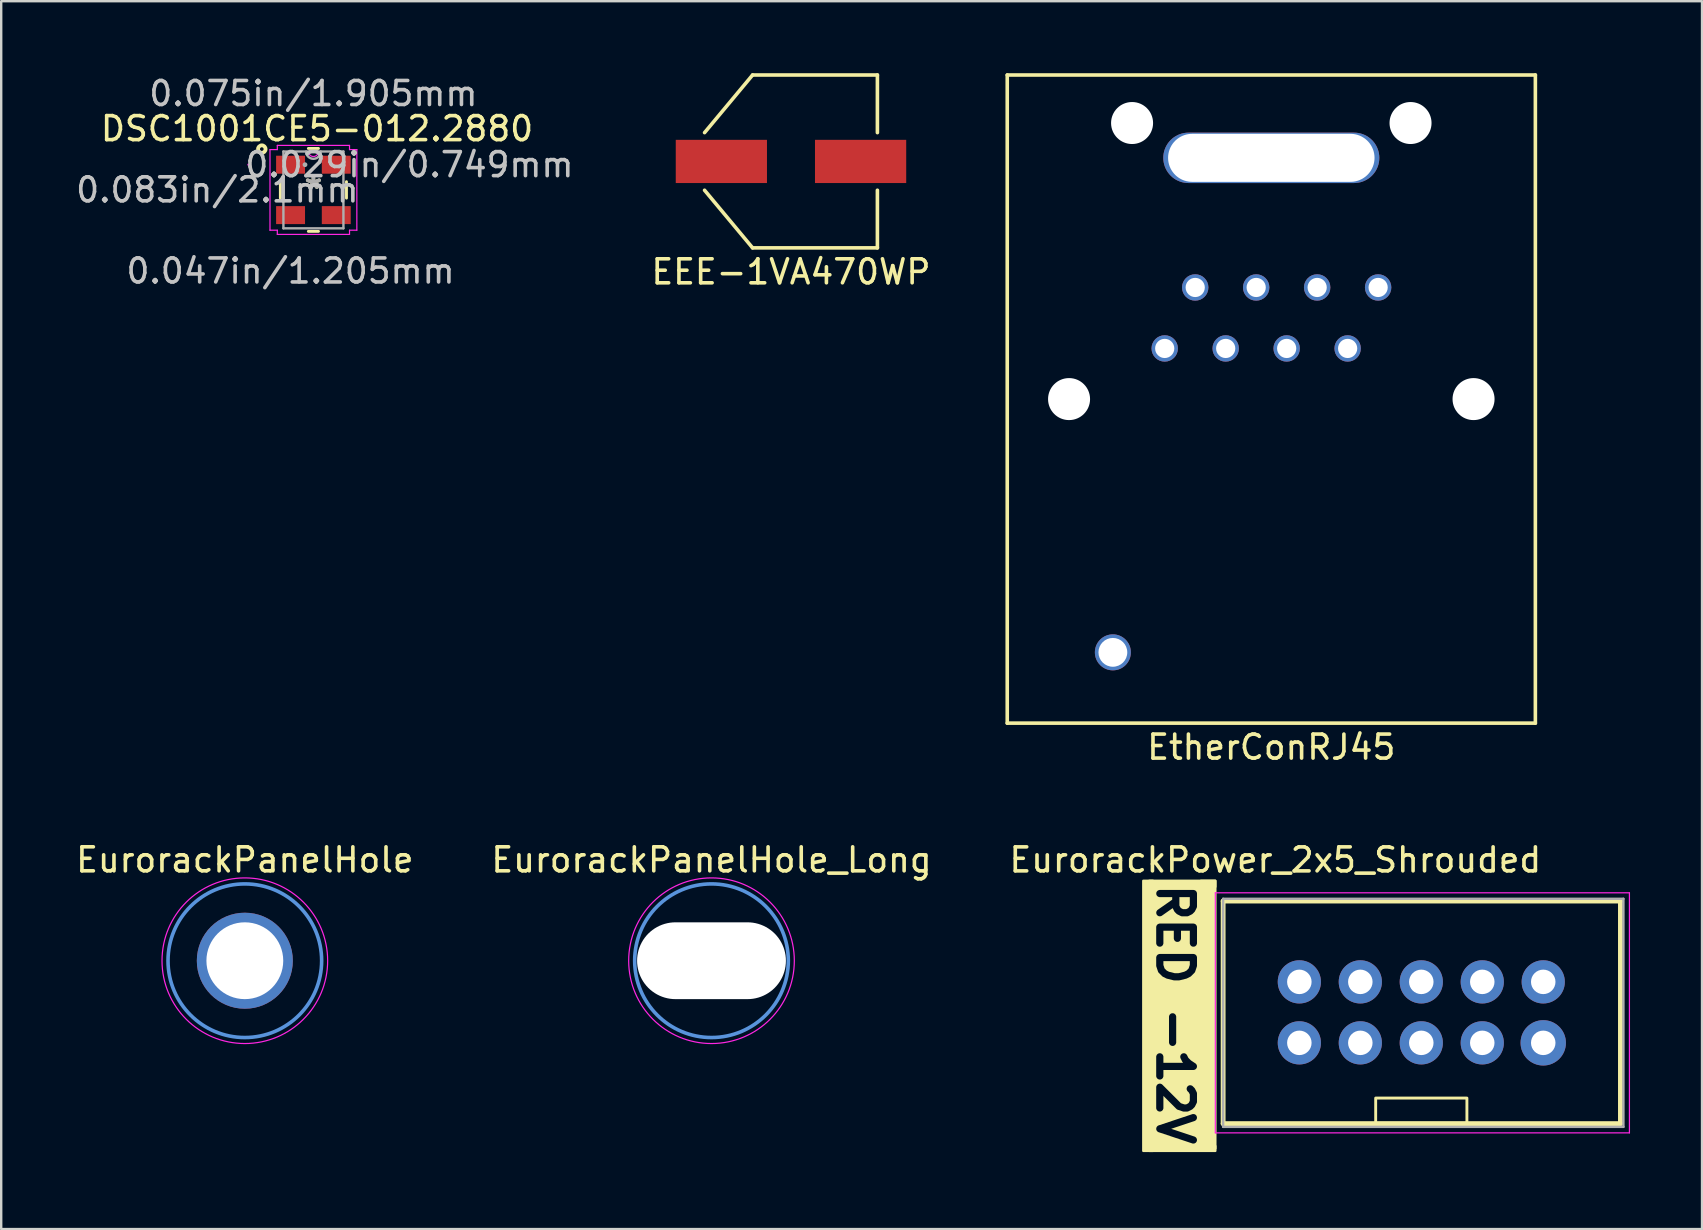
<source format=kicad_pcb>
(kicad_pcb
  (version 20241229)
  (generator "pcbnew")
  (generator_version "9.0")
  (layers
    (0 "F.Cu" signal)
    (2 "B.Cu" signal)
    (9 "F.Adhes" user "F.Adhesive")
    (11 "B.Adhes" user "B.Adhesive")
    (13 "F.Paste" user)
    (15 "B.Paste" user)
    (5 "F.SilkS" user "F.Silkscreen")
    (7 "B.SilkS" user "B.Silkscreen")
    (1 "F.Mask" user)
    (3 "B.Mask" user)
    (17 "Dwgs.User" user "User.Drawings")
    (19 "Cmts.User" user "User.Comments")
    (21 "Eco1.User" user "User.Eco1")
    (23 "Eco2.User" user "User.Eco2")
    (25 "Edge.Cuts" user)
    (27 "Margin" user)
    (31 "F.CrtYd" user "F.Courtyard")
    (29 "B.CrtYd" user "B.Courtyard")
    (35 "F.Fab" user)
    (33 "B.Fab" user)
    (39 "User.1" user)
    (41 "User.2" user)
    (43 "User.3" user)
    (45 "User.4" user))
  (footprint "EtherConRJ45"
    (layer "F.Cu")
    (at 49.909 13.575)
    (property "Reference" "EtherConRJ45" (at 0 14.5 0) (layer "F.SilkS") (effects (font (size 1 1) (thickness 0.15))))
    (attr through_hole)
    (fp_line (start -11 -13.5) (end -11 13.5) (stroke (width 0.15) (type solid)) (layer "F.SilkS"))
    (fp_line (start -11 13.5) (end 11 13.5) (stroke (width 0.15) (type solid)) (layer "F.SilkS"))
    (fp_line (start 11 -13.5) (end -11 -13.5) (stroke (width 0.15) (type solid)) (layer "F.SilkS"))
    (fp_line (start 11 13.5) (end 11 -13.5) (stroke (width 0.15) (type solid)) (layer "F.SilkS"))
    (pad "" np_thru_hole circle (at -8.425 0) (size 1.75 1.75) (drill 1.75) (layers "*.Cu" "*.Mask"))
    (pad "" np_thru_hole circle (at -5.8 -11.5) (size 1.75 1.75) (drill 1.75) (layers "*.Cu" "*.Mask"))
    (pad "" np_thru_hole oval (at 0 -10.05) (size 9 2.1) (drill oval 8.6 2) (layers "*.Cu" "*.Mask"))
    (pad "" np_thru_hole circle (at 5.8 -11.5) (size 1.75 1.75) (drill 1.75) (layers "*.Cu" "*.Mask"))
    (pad "" np_thru_hole circle (at 8.425 0) (size 1.75 1.75) (drill 1.75) (layers "*.Cu" "*.Mask"))
    (pad "1" thru_hole circle (at -4.44 -2.11) (size 1.1 1.1) (drill 0.8) (layers "*.Cu" "*.Mask"))
    (pad "2" thru_hole circle (at -3.17 -4.65) (size 1.1 1.1) (drill 0.8) (layers "*.Cu" "*.Mask"))
    (pad "3" thru_hole circle (at -1.9 -2.11) (size 1.1 1.1) (drill 0.8) (layers "*.Cu" "*.Mask"))
    (pad "4" thru_hole circle (at -0.63 -4.65) (size 1.1 1.1) (drill 0.8) (layers "*.Cu" "*.Mask"))
    (pad "5" thru_hole circle (at 0.64 -2.11) (size 1.1 1.1) (drill 0.8) (layers "*.Cu" "*.Mask"))
    (pad "6" thru_hole circle (at 1.91 -4.65) (size 1.1 1.1) (drill 0.8) (layers "*.Cu" "*.Mask"))
    (pad "7" thru_hole circle (at 3.18 -2.11) (size 1.1 1.1) (drill 0.8) (layers "*.Cu" "*.Mask"))
    (pad "8" thru_hole circle (at 4.45 -4.65) (size 1.1 1.1) (drill 0.8) (layers "*.Cu" "*.Mask"))
    (pad "9" thru_hole circle (at -6.6 10.55) (size 1.5 1.5) (drill 1.2) (layers "*.Cu" "*.Mask")))
  (footprint "DSC1001CE5-012.2880"
    (layer "F.Cu")
    (at 10.006 4.861)
    (property "Reference" "DSC1001CE5-012.2880" (at 0.15 -2.55 0) (layer "F.SilkS") (effects (font (size 1 1) (thickness 0.15))))
    (attr through_hole)
    (fp_line (start -1.377 -0.343) (end -1.377 0.343) (stroke (width 0.12) (type solid)) (layer "F.SilkS"))
    (fp_line (start -0.211 1.727) (end 0.211 1.727) (stroke (width 0.12) (type solid)) (layer "F.SilkS"))
    (fp_line (start 0.211 -1.727) (end -0.211 -1.727) (stroke (width 0.12) (type solid)) (layer "F.SilkS"))
    (fp_line (start 1.377 0.343) (end 1.377 -0.343) (stroke (width 0.12) (type solid)) (layer "F.SilkS"))
    (fp_circle (center -2.15 -1.7) (end -2.074 -1.7) (stroke (width 0.16) (type solid)) (fill no) (layer "F.SilkS"))
    (fp_line (start -1.809 -1.679) (end -1.504 -1.679) (stroke (width 0.05) (type solid)) (layer "F.CrtYd"))
    (fp_line (start -1.809 1.679) (end -1.809 -1.679) (stroke (width 0.05) (type solid)) (layer "F.CrtYd"))
    (fp_line (start -1.504 -1.854) (end 1.504 -1.854) (stroke (width 0.05) (type solid)) (layer "F.CrtYd"))
    (fp_line (start -1.504 -1.679) (end -1.504 -1.854) (stroke (width 0.05) (type solid)) (layer "F.CrtYd"))
    (fp_line (start -1.504 1.679) (end -1.809 1.679) (stroke (width 0.05) (type solid)) (layer "F.CrtYd"))
    (fp_line (start -1.504 1.854) (end -1.504 1.679) (stroke (width 0.05) (type solid)) (layer "F.CrtYd"))
    (fp_line (start 1.504 -1.854) (end 1.504 -1.679) (stroke (width 0.05) (type solid)) (layer "F.CrtYd"))
    (fp_line (start 1.504 -1.679) (end 1.809 -1.679) (stroke (width 0.05) (type solid)) (layer "F.CrtYd"))
    (fp_line (start 1.504 1.679) (end 1.504 1.854) (stroke (width 0.05) (type solid)) (layer "F.CrtYd"))
    (fp_line (start 1.504 1.854) (end -1.504 1.854) (stroke (width 0.05) (type solid)) (layer "F.CrtYd"))
    (fp_line (start 1.809 -1.679) (end 1.809 1.679) (stroke (width 0.05) (type solid)) (layer "F.CrtYd"))
    (fp_line (start 1.809 1.679) (end 1.504 1.679) (stroke (width 0.05) (type solid)) (layer "F.CrtYd"))
    (fp_arc (start 0.208333 -1.600001) (mid 0 -1.391668) (end -0.208333 -1.600001) (stroke (width 0.05) (type solid)) (layer "F.CrtYd"))
    (fp_circle (center -2.706 -1.05) (end -2.706 -1.05) (stroke (width 0.05) (type solid)) (fill no) (layer "F.CrtYd"))
    (fp_line (start -1.25 -1.6) (end -1.25 1.6) (stroke (width 0.1) (type solid)) (layer "F.Fab"))
    (fp_line (start -1.25 1.6) (end 1.25 1.6) (stroke (width 0.1) (type solid)) (layer "F.Fab"))
    (fp_line (start 1.25 -1.6) (end -1.25 -1.6) (stroke (width 0.1) (type solid)) (layer "F.Fab"))
    (fp_line (start 1.25 1.6) (end 1.25 -1.6) (stroke (width 0.1) (type solid)) (layer "F.Fab"))
    (fp_arc (start 0.3048 -1.600001) (mid 0 -1.295201) (end -0.3048 -1.600001) (stroke (width 0.1) (type solid)) (layer "F.Fab"))
    (fp_circle (center -0.35 -1.05) (end -0.35 -1.05) (stroke (width 0.1) (type solid)) (fill no) (layer "F.Fab"))
    (fp_text user "*" (at 0 0 0) (layer "F.SilkS") (effects (font (size 1 1) (thickness 0.15))))
    (fp_text user "0.029in/0.749mm" (at 4 -1.05 0) (layer "Dwgs.User") (effects (font (size 1 1) (thickness 0.15))))
    (fp_text user "0.075in/1.905mm" (at 0 -4.013 0) (layer "Dwgs.User") (effects (font (size 1 1) (thickness 0.15))))
    (fp_text user "0.047in/1.205mm" (at -0.952 3.378 0) (layer "Dwgs.User") (effects (font (size 1 1) (thickness 0.15))))
    (fp_text user "0.083in/2.1mm" (at -4 0 0) (layer "Dwgs.User") (effects (font (size 1 1) (thickness 0.15))))
    (fp_text user "Copyright 2021 Accelerated Designs. All rights reserved." (at 0 0 0) (layer "Cmts.User") (effects (font (size 0.127 0.127) (thickness 0.002))))
    (fp_text user "*" (at 0 0 0) (layer "F.Fab") (effects (font (size 1 1) (thickness 0.15))))
    (pad "1" smd rect (at -0.952 -1.05) (size 1.205 0.749) (layers "F.Cu" "F.Mask" "F.Paste"))
    (pad "2" smd rect (at -0.952 1.05) (size 1.205 0.749) (layers "F.Cu" "F.Mask" "F.Paste"))
    (pad "3" smd rect (at 0.952 1.05) (size 1.205 0.749) (layers "F.Cu" "F.Mask" "F.Paste"))
    (pad "4" smd rect (at 0.952 -1.05) (size 1.205 0.749) (layers "F.Cu" "F.Mask" "F.Paste")))
  (footprint "EurorackPanelHole"
    (layer "F.Cu")
    (at 7.149 36.971)
    (property "Reference" "EurorackPanelHole" (at 0 -4.2 0) (layer "F.SilkS") (effects (font (size 1 1) (thickness 0.15))))
    (attr exclude_from_pos_files exclude_from_bom)
    (fp_circle (center 0 0) (end 3.2 0) (stroke (width 0.15) (type solid)) (fill no) (layer "Cmts.User"))
    (fp_circle (center 0 0) (end 3.45 0) (stroke (width 0.05) (type solid)) (fill no) (layer "F.CrtYd"))
    (pad "" np_thru_hole circle (at 0 0) (size 4 4) (drill 3.2) (layers "*.Cu" "*.Mask")))
  (footprint "EEE-1VA470WP"
    (layer "F.Cu")
    (at 29.9 3.675)
    (property "Reference" "EEE-1VA470WP" (at 0 4.6 0) (layer "F.SilkS") (effects (font (size 1 1) (thickness 0.15))))
    (attr through_hole)
    (fp_line (start -3.6 -1.2) (end -1.6 -3.6) (stroke (width 0.15) (type solid)) (layer "F.SilkS"))
    (fp_line (start -3.6 1.2) (end -1.6 3.6) (stroke (width 0.15) (type solid)) (layer "F.SilkS"))
    (fp_line (start -1.6 3.6) (end 3.6 3.6) (stroke (width 0.15) (type solid)) (layer "F.SilkS"))
    (fp_line (start 3.6 -3.6) (end -1.6 -3.6) (stroke (width 0.15) (type solid)) (layer "F.SilkS"))
    (fp_line (start 3.6 -3.6) (end 3.6 -1.2) (stroke (width 0.15) (type solid)) (layer "F.SilkS"))
    (fp_line (start 3.6 1.2) (end 3.6 3.6) (stroke (width 0.15) (type solid)) (layer "F.SilkS"))
    (pad "1" smd rect (at -2.9 0) (size 3.8 1.8) (layers "F.Cu" "F.Mask" "F.Paste"))
    (pad "2" smd rect (at 2.9 0) (size 3.8 1.8) (layers "F.Cu" "F.Mask" "F.Paste")))
  (footprint "EurorackPanelHole_Long"
    (layer "F.Cu")
    (at 26.589 36.971)
    (property "Reference" "EurorackPanelHole_Long" (at 0 -4.2 0) (layer "F.SilkS") (effects (font (size 1 1) (thickness 0.15))))
    (attr exclude_from_pos_files exclude_from_bom)
    (fp_circle (center 0 0) (end 3.2 0) (stroke (width 0.15) (type solid)) (fill no) (layer "Cmts.User"))
    (fp_circle (center 0 0) (end 3.45 0) (stroke (width 0.05) (type solid)) (fill no) (layer "F.CrtYd"))
    (pad "" np_thru_hole oval (at 0 0) (size 6.2 3.2) (drill oval 6.2 3.2) (layers "*.Cu" "*.Mask")))
  (footprint "EurorackPower_2x5_Shrouded"
    (layer "F.Cu")
    (at 51.077 40.392)
    (property "Reference" "EurorackPower_2x5_Shrouded" (at -1 -7.62 0) (layer "F.SilkS") (effects (font (size 1 1) (thickness 0.15))))
    (attr through_hole)
    (fp_line (start -3.175 3.365) (end -3.175 -5.905) (stroke (width 0.2) (type solid)) (layer "F.SilkS"))
    (fp_line (start 13.375 -5.905) (end -3.175 -5.905) (stroke (width 0.2) (type solid)) (layer "F.SilkS"))
    (fp_line (start 13.375 -5.905) (end 13.375 3.365) (stroke (width 0.2) (type solid)) (layer "F.SilkS"))
    (fp_line (start 13.375 3.365) (end -3.175 3.365) (stroke (width 0.2) (type solid)) (layer "F.SilkS"))
    (fp_rect (start -6.5 -6.75) (end -6.1 4.5) (stroke (width 0.1) (type solid)) (fill yes) (layer "F.SilkS"))
    (fp_rect (start -6.25 -6.75) (end -3.5 -6.5) (stroke (width 0.1) (type solid)) (fill yes) (layer "F.SilkS"))
    (fp_rect (start -6.25 4.3) (end -3.5 4.5) (stroke (width 0.1) (type solid)) (fill yes) (layer "F.SilkS"))
    (fp_rect (start -4.1 -6.75) (end -3.5 4.4) (stroke (width 0.1) (type solid)) (fill yes) (layer "F.SilkS"))
    (fp_rect (start 3.18 3.35) (end 6.98 2.3) (stroke (width 0.12) (type solid)) (fill no) (layer "F.SilkS"))
    (fp_line (start -3.5 -6.25) (end 13.75 -6.25) (stroke (width 0.05) (type solid)) (layer "F.CrtYd"))
    (fp_line (start -3.5 3.75) (end -3.5 -6.25) (stroke (width 0.05) (type solid)) (layer "F.CrtYd"))
    (fp_line (start 13.75 -6.25) (end 13.75 3.75) (stroke (width 0.05) (type solid)) (layer "F.CrtYd"))
    (fp_line (start 13.75 3.75) (end -3.5 3.75) (stroke (width 0.05) (type solid)) (layer "F.CrtYd"))
    (fp_line (start -3.175 -6) (end 13.5 -6) (stroke (width 0.1) (type solid)) (layer "F.Fab"))
    (fp_line (start -3.175 3.5) (end -3.175 -6) (stroke (width 0.1) (type solid)) (layer "F.Fab"))
    (fp_line (start 13.5 -6) (end 13.5 3.5) (stroke (width 0.1) (type solid)) (layer "F.Fab"))
    (fp_line (start 13.5 3.5) (end -3.175 3.5) (stroke (width 0.1) (type solid)) (layer "F.Fab"))
    (fp_text user "RED -12V" (at -6 -6.75 270) (unlocked yes) (layer "F.SilkS" knockout) (effects (font (size 1.4 1.4) (thickness 0.3) (bold yes)) (justify left bottom)))
    (pad "-12V" thru_hole circle (at 0 -2.54) (size 1.8 1.8) (drill 1.02) (layers "*.Cu" "*.Mask"))
    (pad "-12V" thru_hole circle (at 0 0) (size 1.8 1.8) (drill 1.02) (layers "*.Cu" "*.Mask"))
    (pad "12V" thru_hole circle (at 10.16 -2.54) (size 1.8 1.8) (drill 1.02) (layers "*.Cu" "*.Mask"))
    (pad "12V" thru_hole circle (at 10.16 0) (size 1.89 1.89) (drill 1.02) (layers "*.Cu" "*.Mask"))
    (pad "GND" thru_hole circle (at 2.54 -2.54) (size 1.8 1.8) (drill 1.02) (layers "*.Cu" "*.Mask"))
    (pad "GND" thru_hole circle (at 2.54 0) (size 1.8 1.8) (drill 1.02) (layers "*.Cu" "*.Mask"))
    (pad "GND" thru_hole circle (at 5.08 -2.54) (size 1.8 1.8) (drill 1.02) (layers "*.Cu" "*.Mask"))
    (pad "GND" thru_hole circle (at 5.08 0) (size 1.8 1.8) (drill 1.02) (layers "*.Cu" "*.Mask"))
    (pad "GND" thru_hole circle (at 7.62 -2.54) (size 1.8 1.8) (drill 1.02) (layers "*.Cu" "*.Mask"))
    (pad "GND" thru_hole circle (at 7.62 0) (size 1.8 1.8) (drill 1.02) (layers "*.Cu" "*.Mask")))
  (gr_rect
    (start -3 -3)
    (end 67.852 48.15)
    (stroke (width 0.1) (type default))
    (fill no)
    (layer "Edge.Cuts")))
</source>
